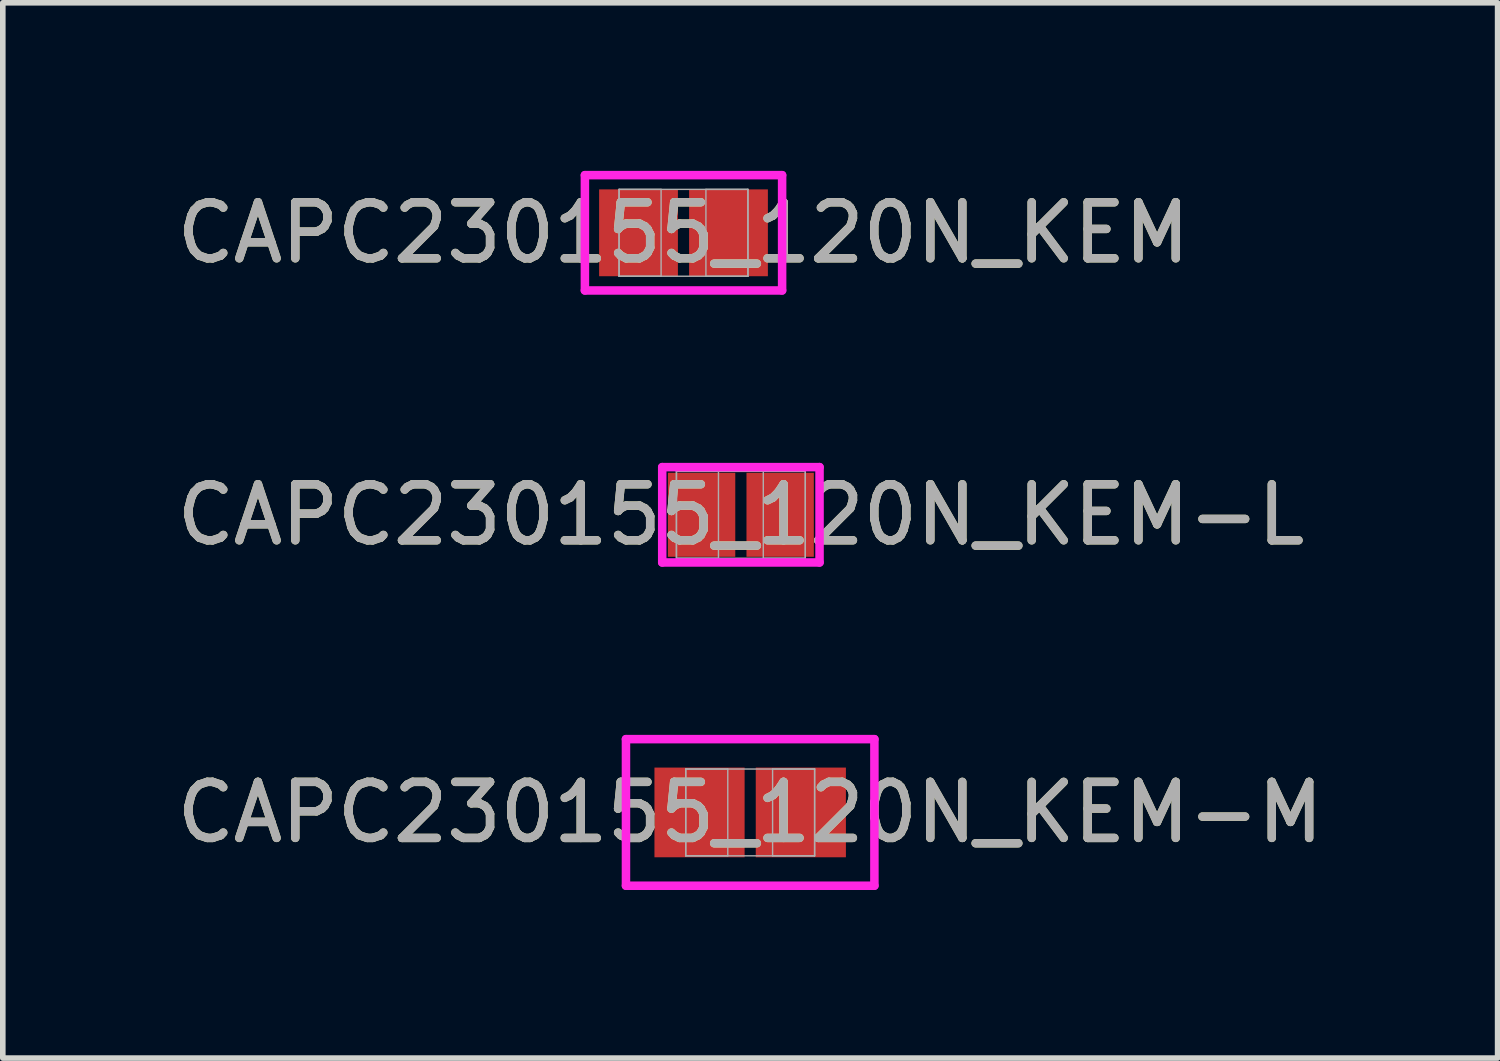
<source format=kicad_pcb>
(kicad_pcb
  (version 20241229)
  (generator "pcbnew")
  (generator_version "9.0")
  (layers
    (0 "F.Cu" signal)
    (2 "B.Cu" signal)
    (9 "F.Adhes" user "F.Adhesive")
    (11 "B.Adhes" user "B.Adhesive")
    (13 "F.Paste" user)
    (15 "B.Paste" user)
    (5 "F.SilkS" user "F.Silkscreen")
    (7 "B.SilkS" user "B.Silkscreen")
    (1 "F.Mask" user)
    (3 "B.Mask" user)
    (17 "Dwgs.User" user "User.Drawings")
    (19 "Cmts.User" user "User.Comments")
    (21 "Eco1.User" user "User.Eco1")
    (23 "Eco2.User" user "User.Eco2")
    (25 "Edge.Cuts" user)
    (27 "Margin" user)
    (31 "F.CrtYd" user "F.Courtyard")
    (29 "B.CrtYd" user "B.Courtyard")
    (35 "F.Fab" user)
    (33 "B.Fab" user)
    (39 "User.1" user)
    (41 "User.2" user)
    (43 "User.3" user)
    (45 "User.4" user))
  (footprint "CAPC230155_120N_KEM-M"
    (layer "F.Cu")
    (at 10.339 11.45)
    (property "Reference" "CAPC230155_120N_KEM-M" (at 0 0 0) (unlocked yes) (layer "F.SilkS") (effects (font (size 1 1) (thickness 0.15))))
    (attr smd)
    (fp_line (start -2.217 -1.308) (end 2.217 -1.308) (stroke (width 0.152) (type solid)) (layer "F.CrtYd"))
    (fp_line (start -2.217 1.308) (end -2.217 -1.308) (stroke (width 0.152) (type solid)) (layer "F.CrtYd"))
    (fp_line (start 2.217 -1.308) (end 2.217 1.308) (stroke (width 0.152) (type solid)) (layer "F.CrtYd"))
    (fp_line (start 2.217 1.308) (end -2.217 1.308) (stroke (width 0.152) (type solid)) (layer "F.CrtYd"))
    (fp_line (start -1.15 -0.775) (end -1.15 0.775) (stroke (width 0.025) (type solid)) (layer "F.Fab"))
    (fp_line (start -1.15 -0.775) (end -1.15 0.775) (stroke (width 0.025) (type solid)) (layer "F.Fab"))
    (fp_line (start -1.15 0.775) (end -0.4 0.775) (stroke (width 0.025) (type solid)) (layer "F.Fab"))
    (fp_line (start -1.15 0.775) (end 1.15 0.775) (stroke (width 0.025) (type solid)) (layer "F.Fab"))
    (fp_line (start -0.4 -0.775) (end -1.15 -0.775) (stroke (width 0.025) (type solid)) (layer "F.Fab"))
    (fp_line (start -0.4 0.775) (end -0.4 -0.775) (stroke (width 0.025) (type solid)) (layer "F.Fab"))
    (fp_line (start 0.4 -0.775) (end 0.4 0.775) (stroke (width 0.025) (type solid)) (layer "F.Fab"))
    (fp_line (start 0.4 0.775) (end 1.15 0.775) (stroke (width 0.025) (type solid)) (layer "F.Fab"))
    (fp_line (start 1.15 -0.775) (end -1.15 -0.775) (stroke (width 0.025) (type solid)) (layer "F.Fab"))
    (fp_line (start 1.15 -0.775) (end 0.4 -0.775) (stroke (width 0.025) (type solid)) (layer "F.Fab"))
    (fp_line (start 1.15 0.775) (end 1.15 -0.775) (stroke (width 0.025) (type solid)) (layer "F.Fab"))
    (fp_line (start 1.15 0.775) (end 1.15 -0.775) (stroke (width 0.025) (type solid)) (layer "F.Fab"))
    (fp_text user "${REFERENCE}" (at 0 0 0) (unlocked yes) (layer "F.Fab") (effects (font (size 1 1) (thickness 0.15))))
    (pad "1" smd rect (at -0.904 0) (size 1.609 1.601) (layers "F.Cu" "F.Mask" "F.Paste"))
    (pad "2" smd rect (at 0.904 0) (size 1.609 1.601) (layers "F.Cu" "F.Mask" "F.Paste"))
    (zone (net_name "") (layer "F.Cu") (hatch full 0.508) (connect_pads) (min_thickness 0.254) (filled_areas_thickness no) (keepout (tracks not_allowed) (vias not_allowed) (pads allowed) (copperpour not_allowed) (footprints allowed)) (placement (enabled no)) (fill) (polygon (pts (xy 10.29 10.726) (xy 10.388 10.726) (xy 10.388 12.174) (xy 10.29 12.174)))))
  (footprint "CAPC230155_120N_KEM"
    (layer "F.Cu")
    (at 9.149 1.105)
    (property "Reference" "CAPC230155_120N_KEM" (at 0 0 0) (unlocked yes) (layer "F.SilkS") (effects (font (size 1 1) (thickness 0.15))))
    (attr smd)
    (fp_line (start -1.76 -1.029) (end 1.76 -1.029) (stroke (width 0.152) (type solid)) (layer "F.CrtYd"))
    (fp_line (start -1.76 1.029) (end -1.76 -1.029) (stroke (width 0.152) (type solid)) (layer "F.CrtYd"))
    (fp_line (start 1.76 -1.029) (end 1.76 1.029) (stroke (width 0.152) (type solid)) (layer "F.CrtYd"))
    (fp_line (start 1.76 1.029) (end -1.76 1.029) (stroke (width 0.152) (type solid)) (layer "F.CrtYd"))
    (fp_line (start -1.15 -0.775) (end -1.15 0.775) (stroke (width 0.025) (type solid)) (layer "F.Fab"))
    (fp_line (start -1.15 -0.775) (end -1.15 0.775) (stroke (width 0.025) (type solid)) (layer "F.Fab"))
    (fp_line (start -1.15 0.775) (end -0.4 0.775) (stroke (width 0.025) (type solid)) (layer "F.Fab"))
    (fp_line (start -1.15 0.775) (end 1.15 0.775) (stroke (width 0.025) (type solid)) (layer "F.Fab"))
    (fp_line (start -0.4 -0.775) (end -1.15 -0.775) (stroke (width 0.025) (type solid)) (layer "F.Fab"))
    (fp_line (start -0.4 0.775) (end -0.4 -0.775) (stroke (width 0.025) (type solid)) (layer "F.Fab"))
    (fp_line (start 0.4 -0.775) (end 0.4 0.775) (stroke (width 0.025) (type solid)) (layer "F.Fab"))
    (fp_line (start 0.4 0.775) (end 1.15 0.775) (stroke (width 0.025) (type solid)) (layer "F.Fab"))
    (fp_line (start 1.15 -0.775) (end -1.15 -0.775) (stroke (width 0.025) (type solid)) (layer "F.Fab"))
    (fp_line (start 1.15 -0.775) (end 0.4 -0.775) (stroke (width 0.025) (type solid)) (layer "F.Fab"))
    (fp_line (start 1.15 0.775) (end 1.15 -0.775) (stroke (width 0.025) (type solid)) (layer "F.Fab"))
    (fp_line (start 1.15 0.775) (end 1.15 -0.775) (stroke (width 0.025) (type solid)) (layer "F.Fab"))
    (fp_text user "${REFERENCE}" (at 0 0 0) (unlocked yes) (layer "F.Fab") (effects (font (size 1 1) (thickness 0.15))))
    (pad "1" smd rect (at -0.803 0) (size 1.406 1.55) (layers "F.Cu" "F.Mask" "F.Paste"))
    (pad "2" smd rect (at 0.803 0) (size 1.406 1.55) (layers "F.Cu" "F.Mask" "F.Paste"))
    (zone (net_name "") (layer "F.Cu") (hatch full 0.508) (connect_pads) (min_thickness 0.254) (filled_areas_thickness no) (keepout (tracks not_allowed) (vias not_allowed) (pads allowed) (copperpour not_allowed) (footprints allowed)) (placement (enabled no)) (fill) (polygon (pts (xy 9.1 0.381) (xy 9.198 0.381) (xy 9.198 1.829) (xy 9.1 1.829)))))
  (footprint "CAPC230155_120N_KEM-L"
    (layer "F.Cu")
    (at 10.173 6.138)
    (property "Reference" "CAPC230155_120N_KEM-L" (at 0 0 0) (unlocked yes) (layer "F.SilkS") (effects (font (size 1 1) (thickness 0.15))))
    (attr smd)
    (fp_line (start -1.404 -0.851) (end 1.404 -0.851) (stroke (width 0.152) (type solid)) (layer "F.CrtYd"))
    (fp_line (start -1.404 0.851) (end -1.404 -0.851) (stroke (width 0.152) (type solid)) (layer "F.CrtYd"))
    (fp_line (start 1.404 -0.851) (end 1.404 0.851) (stroke (width 0.152) (type solid)) (layer "F.CrtYd"))
    (fp_line (start 1.404 0.851) (end -1.404 0.851) (stroke (width 0.152) (type solid)) (layer "F.CrtYd"))
    (fp_line (start -1.15 -0.775) (end -1.15 0.775) (stroke (width 0.025) (type solid)) (layer "F.Fab"))
    (fp_line (start -1.15 -0.775) (end -1.15 0.775) (stroke (width 0.025) (type solid)) (layer "F.Fab"))
    (fp_line (start -1.15 0.775) (end -0.4 0.775) (stroke (width 0.025) (type solid)) (layer "F.Fab"))
    (fp_line (start -1.15 0.775) (end 1.15 0.775) (stroke (width 0.025) (type solid)) (layer "F.Fab"))
    (fp_line (start -0.4 -0.775) (end -1.15 -0.775) (stroke (width 0.025) (type solid)) (layer "F.Fab"))
    (fp_line (start -0.4 0.775) (end -0.4 -0.775) (stroke (width 0.025) (type solid)) (layer "F.Fab"))
    (fp_line (start 0.4 -0.775) (end 0.4 0.775) (stroke (width 0.025) (type solid)) (layer "F.Fab"))
    (fp_line (start 0.4 0.775) (end 1.15 0.775) (stroke (width 0.025) (type solid)) (layer "F.Fab"))
    (fp_line (start 1.15 -0.775) (end -1.15 -0.775) (stroke (width 0.025) (type solid)) (layer "F.Fab"))
    (fp_line (start 1.15 -0.775) (end 0.4 -0.775) (stroke (width 0.025) (type solid)) (layer "F.Fab"))
    (fp_line (start 1.15 0.775) (end 1.15 -0.775) (stroke (width 0.025) (type solid)) (layer "F.Fab"))
    (fp_line (start 1.15 0.775) (end 1.15 -0.775) (stroke (width 0.025) (type solid)) (layer "F.Fab"))
    (fp_text user "${REFERENCE}" (at 0 0 0) (unlocked yes) (layer "F.Fab") (effects (font (size 1 1) (thickness 0.15))))
    (pad "1" smd rect (at -0.701 0) (size 1.202 1.499) (layers "F.Cu" "F.Mask" "F.Paste"))
    (pad "2" smd rect (at 0.701 0) (size 1.202 1.499) (layers "F.Cu" "F.Mask" "F.Paste"))
    (zone (net_name "") (layer "F.Cu") (hatch full 0.508) (connect_pads) (min_thickness 0.254) (filled_areas_thickness no) (keepout (tracks not_allowed) (vias not_allowed) (pads allowed) (copperpour not_allowed) (footprints allowed)) (placement (enabled no)) (fill) (polygon (pts (xy 10.123 5.414) (xy 10.222 5.414) (xy 10.222 6.862) (xy 10.123 6.862)))))
  (gr_rect
    (start -3 -3)
    (end 23.679 15.834)
    (stroke (width 0.1) (type default))
    (fill no)
    (layer "Edge.Cuts")))
</source>
